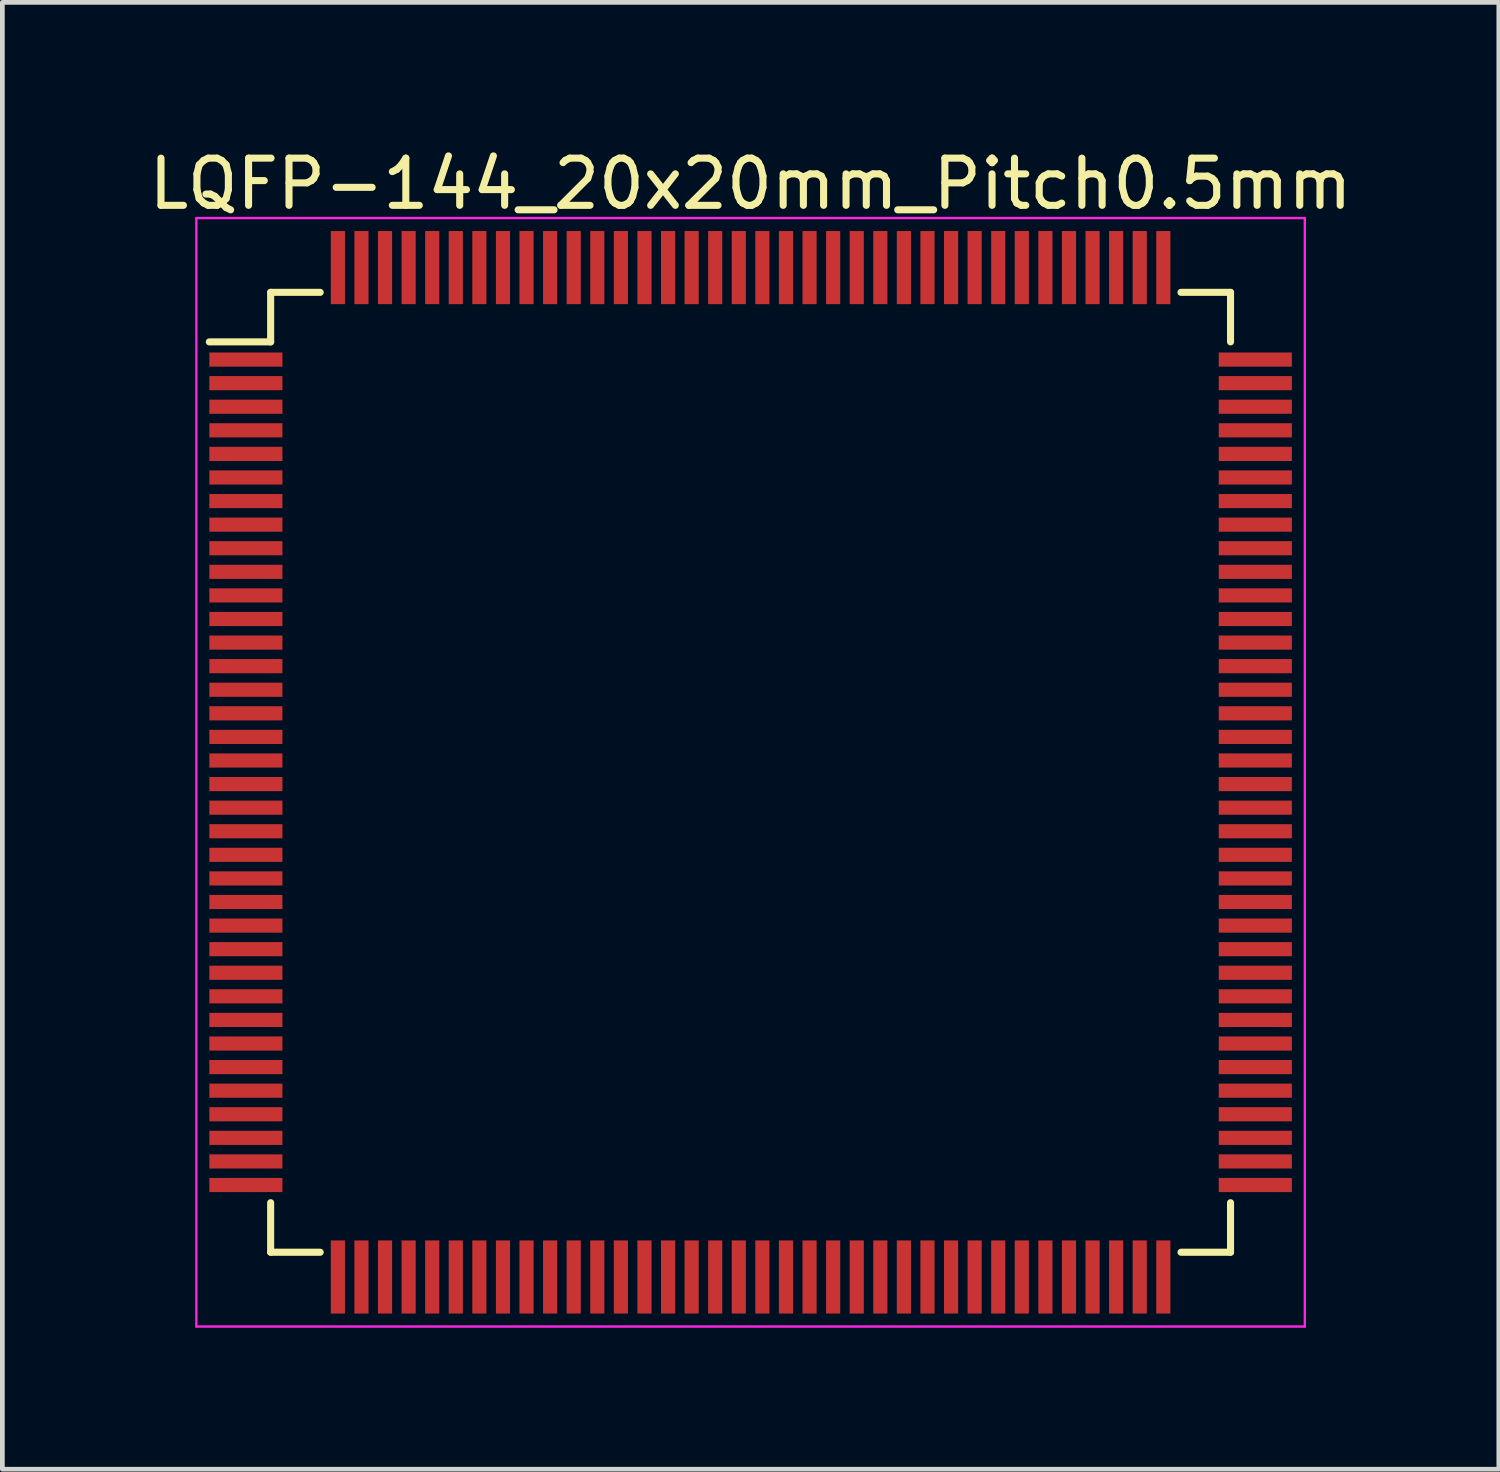
<source format=kicad_pcb>
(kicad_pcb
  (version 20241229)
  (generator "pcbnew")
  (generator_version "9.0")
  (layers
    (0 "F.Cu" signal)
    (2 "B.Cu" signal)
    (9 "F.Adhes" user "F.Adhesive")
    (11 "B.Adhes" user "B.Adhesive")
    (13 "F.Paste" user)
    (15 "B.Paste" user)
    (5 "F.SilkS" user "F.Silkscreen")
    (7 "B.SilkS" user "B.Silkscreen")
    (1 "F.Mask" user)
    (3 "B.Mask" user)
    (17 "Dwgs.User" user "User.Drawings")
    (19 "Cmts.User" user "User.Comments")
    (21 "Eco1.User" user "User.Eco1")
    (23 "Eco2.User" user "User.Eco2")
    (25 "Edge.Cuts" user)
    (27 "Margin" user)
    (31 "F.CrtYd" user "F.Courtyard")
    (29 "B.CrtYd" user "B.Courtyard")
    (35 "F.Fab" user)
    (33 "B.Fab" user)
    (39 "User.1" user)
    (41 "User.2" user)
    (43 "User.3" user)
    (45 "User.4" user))
  (footprint "LQFP-144_20x20mm_Pitch0.5mm"
    (layer "F.Cu")
    (at 12.863 13.323)
    (property "Reference" "LQFP-144_20x20mm_Pitch0.5mm" (at 0 -12.475 0) (layer "F.SilkS") (effects (font (size 1 1) (thickness 0.15))))
    (attr smd)
    (fp_line (start -10.175 -10.175) (end -10.175 -9.125) (stroke (width 0.15) (type solid)) (layer "F.SilkS"))
    (fp_line (start -10.175 -10.175) (end -9.125 -10.175) (stroke (width 0.15) (type solid)) (layer "F.SilkS"))
    (fp_line (start -10.175 -9.125) (end -11.475 -9.125) (stroke (width 0.15) (type solid)) (layer "F.SilkS"))
    (fp_line (start -10.175 10.175) (end -10.175 9.125) (stroke (width 0.15) (type solid)) (layer "F.SilkS"))
    (fp_line (start -10.175 10.175) (end -9.125 10.175) (stroke (width 0.15) (type solid)) (layer "F.SilkS"))
    (fp_line (start 10.175 -10.175) (end 9.125 -10.175) (stroke (width 0.15) (type solid)) (layer "F.SilkS"))
    (fp_line (start 10.175 -10.175) (end 10.175 -9.125) (stroke (width 0.15) (type solid)) (layer "F.SilkS"))
    (fp_line (start 10.175 10.175) (end 9.125 10.175) (stroke (width 0.15) (type solid)) (layer "F.SilkS"))
    (fp_line (start 10.175 10.175) (end 10.175 9.125) (stroke (width 0.15) (type solid)) (layer "F.SilkS"))
    (fp_line (start -11.75 -11.75) (end -11.75 11.75) (stroke (width 0.05) (type solid)) (layer "F.CrtYd"))
    (fp_line (start -11.75 -11.75) (end 11.75 -11.75) (stroke (width 0.05) (type solid)) (layer "F.CrtYd"))
    (fp_line (start -11.75 11.75) (end 11.75 11.75) (stroke (width 0.05) (type solid)) (layer "F.CrtYd"))
    (fp_line (start 11.75 -11.75) (end 11.75 11.75) (stroke (width 0.05) (type solid)) (layer "F.CrtYd"))
    (pad "1" smd rect (at -10.7 -8.75) (size 1.55 0.3) (layers "F.Cu" "F.Mask" "F.Paste"))
    (pad "2" smd rect (at -10.7 -8.25) (size 1.55 0.3) (layers "F.Cu" "F.Mask" "F.Paste"))
    (pad "3" smd rect (at -10.7 -7.75) (size 1.55 0.3) (layers "F.Cu" "F.Mask" "F.Paste"))
    (pad "4" smd rect (at -10.7 -7.25) (size 1.55 0.3) (layers "F.Cu" "F.Mask" "F.Paste"))
    (pad "5" smd rect (at -10.7 -6.75) (size 1.55 0.3) (layers "F.Cu" "F.Mask" "F.Paste"))
    (pad "6" smd rect (at -10.7 -6.25) (size 1.55 0.3) (layers "F.Cu" "F.Mask" "F.Paste"))
    (pad "7" smd rect (at -10.7 -5.75) (size 1.55 0.3) (layers "F.Cu" "F.Mask" "F.Paste"))
    (pad "8" smd rect (at -10.7 -5.25) (size 1.55 0.3) (layers "F.Cu" "F.Mask" "F.Paste"))
    (pad "9" smd rect (at -10.7 -4.75) (size 1.55 0.3) (layers "F.Cu" "F.Mask" "F.Paste"))
    (pad "10" smd rect (at -10.7 -4.25) (size 1.55 0.3) (layers "F.Cu" "F.Mask" "F.Paste"))
    (pad "11" smd rect (at -10.7 -3.75) (size 1.55 0.3) (layers "F.Cu" "F.Mask" "F.Paste"))
    (pad "12" smd rect (at -10.7 -3.25) (size 1.55 0.3) (layers "F.Cu" "F.Mask" "F.Paste"))
    (pad "13" smd rect (at -10.7 -2.75) (size 1.55 0.3) (layers "F.Cu" "F.Mask" "F.Paste"))
    (pad "14" smd rect (at -10.7 -2.25) (size 1.55 0.3) (layers "F.Cu" "F.Mask" "F.Paste"))
    (pad "15" smd rect (at -10.7 -1.75) (size 1.55 0.3) (layers "F.Cu" "F.Mask" "F.Paste"))
    (pad "16" smd rect (at -10.7 -1.25) (size 1.55 0.3) (layers "F.Cu" "F.Mask" "F.Paste"))
    (pad "17" smd rect (at -10.7 -0.75) (size 1.55 0.3) (layers "F.Cu" "F.Mask" "F.Paste"))
    (pad "18" smd rect (at -10.7 -0.25) (size 1.55 0.3) (layers "F.Cu" "F.Mask" "F.Paste"))
    (pad "19" smd rect (at -10.7 0.25) (size 1.55 0.3) (layers "F.Cu" "F.Mask" "F.Paste"))
    (pad "20" smd rect (at -10.7 0.75) (size 1.55 0.3) (layers "F.Cu" "F.Mask" "F.Paste"))
    (pad "21" smd rect (at -10.7 1.25) (size 1.55 0.3) (layers "F.Cu" "F.Mask" "F.Paste"))
    (pad "22" smd rect (at -10.7 1.75) (size 1.55 0.3) (layers "F.Cu" "F.Mask" "F.Paste"))
    (pad "23" smd rect (at -10.7 2.25) (size 1.55 0.3) (layers "F.Cu" "F.Mask" "F.Paste"))
    (pad "24" smd rect (at -10.7 2.75) (size 1.55 0.3) (layers "F.Cu" "F.Mask" "F.Paste"))
    (pad "25" smd rect (at -10.7 3.25) (size 1.55 0.3) (layers "F.Cu" "F.Mask" "F.Paste"))
    (pad "26" smd rect (at -10.7 3.75) (size 1.55 0.3) (layers "F.Cu" "F.Mask" "F.Paste"))
    (pad "27" smd rect (at -10.7 4.25) (size 1.55 0.3) (layers "F.Cu" "F.Mask" "F.Paste"))
    (pad "28" smd rect (at -10.7 4.75) (size 1.55 0.3) (layers "F.Cu" "F.Mask" "F.Paste"))
    (pad "29" smd rect (at -10.7 5.25) (size 1.55 0.3) (layers "F.Cu" "F.Mask" "F.Paste"))
    (pad "30" smd rect (at -10.7 5.75) (size 1.55 0.3) (layers "F.Cu" "F.Mask" "F.Paste"))
    (pad "31" smd rect (at -10.7 6.25) (size 1.55 0.3) (layers "F.Cu" "F.Mask" "F.Paste"))
    (pad "32" smd rect (at -10.7 6.75) (size 1.55 0.3) (layers "F.Cu" "F.Mask" "F.Paste"))
    (pad "33" smd rect (at -10.7 7.25) (size 1.55 0.3) (layers "F.Cu" "F.Mask" "F.Paste"))
    (pad "34" smd rect (at -10.7 7.75) (size 1.55 0.3) (layers "F.Cu" "F.Mask" "F.Paste"))
    (pad "35" smd rect (at -10.7 8.25) (size 1.55 0.3) (layers "F.Cu" "F.Mask" "F.Paste"))
    (pad "36" smd rect (at -10.7 8.75) (size 1.55 0.3) (layers "F.Cu" "F.Mask" "F.Paste"))
    (pad "37" smd rect (at -8.75 10.7 90) (size 1.55 0.3) (layers "F.Cu" "F.Mask" "F.Paste"))
    (pad "38" smd rect (at -8.25 10.7 90) (size 1.55 0.3) (layers "F.Cu" "F.Mask" "F.Paste"))
    (pad "39" smd rect (at -7.75 10.7 90) (size 1.55 0.3) (layers "F.Cu" "F.Mask" "F.Paste"))
    (pad "40" smd rect (at -7.25 10.7 90) (size 1.55 0.3) (layers "F.Cu" "F.Mask" "F.Paste"))
    (pad "41" smd rect (at -6.75 10.7 90) (size 1.55 0.3) (layers "F.Cu" "F.Mask" "F.Paste"))
    (pad "42" smd rect (at -6.25 10.7 90) (size 1.55 0.3) (layers "F.Cu" "F.Mask" "F.Paste"))
    (pad "43" smd rect (at -5.75 10.7 90) (size 1.55 0.3) (layers "F.Cu" "F.Mask" "F.Paste"))
    (pad "44" smd rect (at -5.25 10.7 90) (size 1.55 0.3) (layers "F.Cu" "F.Mask" "F.Paste"))
    (pad "45" smd rect (at -4.75 10.7 90) (size 1.55 0.3) (layers "F.Cu" "F.Mask" "F.Paste"))
    (pad "46" smd rect (at -4.25 10.7 90) (size 1.55 0.3) (layers "F.Cu" "F.Mask" "F.Paste"))
    (pad "47" smd rect (at -3.75 10.7 90) (size 1.55 0.3) (layers "F.Cu" "F.Mask" "F.Paste"))
    (pad "48" smd rect (at -3.25 10.7 90) (size 1.55 0.3) (layers "F.Cu" "F.Mask" "F.Paste"))
    (pad "49" smd rect (at -2.75 10.7 90) (size 1.55 0.3) (layers "F.Cu" "F.Mask" "F.Paste"))
    (pad "50" smd rect (at -2.25 10.7 90) (size 1.55 0.3) (layers "F.Cu" "F.Mask" "F.Paste"))
    (pad "51" smd rect (at -1.75 10.7 90) (size 1.55 0.3) (layers "F.Cu" "F.Mask" "F.Paste"))
    (pad "52" smd rect (at -1.25 10.7 90) (size 1.55 0.3) (layers "F.Cu" "F.Mask" "F.Paste"))
    (pad "53" smd rect (at -0.75 10.7 90) (size 1.55 0.3) (layers "F.Cu" "F.Mask" "F.Paste"))
    (pad "54" smd rect (at -0.25 10.7 90) (size 1.55 0.3) (layers "F.Cu" "F.Mask" "F.Paste"))
    (pad "55" smd rect (at 0.25 10.7 90) (size 1.55 0.3) (layers "F.Cu" "F.Mask" "F.Paste"))
    (pad "56" smd rect (at 0.75 10.7 90) (size 1.55 0.3) (layers "F.Cu" "F.Mask" "F.Paste"))
    (pad "57" smd rect (at 1.25 10.7 90) (size 1.55 0.3) (layers "F.Cu" "F.Mask" "F.Paste"))
    (pad "58" smd rect (at 1.75 10.7 90) (size 1.55 0.3) (layers "F.Cu" "F.Mask" "F.Paste"))
    (pad "59" smd rect (at 2.25 10.7 90) (size 1.55 0.3) (layers "F.Cu" "F.Mask" "F.Paste"))
    (pad "60" smd rect (at 2.75 10.7 90) (size 1.55 0.3) (layers "F.Cu" "F.Mask" "F.Paste"))
    (pad "61" smd rect (at 3.25 10.7 90) (size 1.55 0.3) (layers "F.Cu" "F.Mask" "F.Paste"))
    (pad "62" smd rect (at 3.75 10.7 90) (size 1.55 0.3) (layers "F.Cu" "F.Mask" "F.Paste"))
    (pad "63" smd rect (at 4.25 10.7 90) (size 1.55 0.3) (layers "F.Cu" "F.Mask" "F.Paste"))
    (pad "64" smd rect (at 4.75 10.7 90) (size 1.55 0.3) (layers "F.Cu" "F.Mask" "F.Paste"))
    (pad "65" smd rect (at 5.25 10.7 90) (size 1.55 0.3) (layers "F.Cu" "F.Mask" "F.Paste"))
    (pad "66" smd rect (at 5.75 10.7 90) (size 1.55 0.3) (layers "F.Cu" "F.Mask" "F.Paste"))
    (pad "67" smd rect (at 6.25 10.7 90) (size 1.55 0.3) (layers "F.Cu" "F.Mask" "F.Paste"))
    (pad "68" smd rect (at 6.75 10.7 90) (size 1.55 0.3) (layers "F.Cu" "F.Mask" "F.Paste"))
    (pad "69" smd rect (at 7.25 10.7 90) (size 1.55 0.3) (layers "F.Cu" "F.Mask" "F.Paste"))
    (pad "70" smd rect (at 7.75 10.7 90) (size 1.55 0.3) (layers "F.Cu" "F.Mask" "F.Paste"))
    (pad "71" smd rect (at 8.25 10.7 90) (size 1.55 0.3) (layers "F.Cu" "F.Mask" "F.Paste"))
    (pad "72" smd rect (at 8.75 10.7 90) (size 1.55 0.3) (layers "F.Cu" "F.Mask" "F.Paste"))
    (pad "73" smd rect (at 10.7 8.75) (size 1.55 0.3) (layers "F.Cu" "F.Mask" "F.Paste"))
    (pad "74" smd rect (at 10.7 8.25) (size 1.55 0.3) (layers "F.Cu" "F.Mask" "F.Paste"))
    (pad "75" smd rect (at 10.7 7.75) (size 1.55 0.3) (layers "F.Cu" "F.Mask" "F.Paste"))
    (pad "76" smd rect (at 10.7 7.25) (size 1.55 0.3) (layers "F.Cu" "F.Mask" "F.Paste"))
    (pad "77" smd rect (at 10.7 6.75) (size 1.55 0.3) (layers "F.Cu" "F.Mask" "F.Paste"))
    (pad "78" smd rect (at 10.7 6.25) (size 1.55 0.3) (layers "F.Cu" "F.Mask" "F.Paste"))
    (pad "79" smd rect (at 10.7 5.75) (size 1.55 0.3) (layers "F.Cu" "F.Mask" "F.Paste"))
    (pad "80" smd rect (at 10.7 5.25) (size 1.55 0.3) (layers "F.Cu" "F.Mask" "F.Paste"))
    (pad "81" smd rect (at 10.7 4.75) (size 1.55 0.3) (layers "F.Cu" "F.Mask" "F.Paste"))
    (pad "82" smd rect (at 10.7 4.25) (size 1.55 0.3) (layers "F.Cu" "F.Mask" "F.Paste"))
    (pad "83" smd rect (at 10.7 3.75) (size 1.55 0.3) (layers "F.Cu" "F.Mask" "F.Paste"))
    (pad "84" smd rect (at 10.7 3.25) (size 1.55 0.3) (layers "F.Cu" "F.Mask" "F.Paste"))
    (pad "85" smd rect (at 10.7 2.75) (size 1.55 0.3) (layers "F.Cu" "F.Mask" "F.Paste"))
    (pad "86" smd rect (at 10.7 2.25) (size 1.55 0.3) (layers "F.Cu" "F.Mask" "F.Paste"))
    (pad "87" smd rect (at 10.7 1.75) (size 1.55 0.3) (layers "F.Cu" "F.Mask" "F.Paste"))
    (pad "88" smd rect (at 10.7 1.25) (size 1.55 0.3) (layers "F.Cu" "F.Mask" "F.Paste"))
    (pad "89" smd rect (at 10.7 0.75) (size 1.55 0.3) (layers "F.Cu" "F.Mask" "F.Paste"))
    (pad "90" smd rect (at 10.7 0.25) (size 1.55 0.3) (layers "F.Cu" "F.Mask" "F.Paste"))
    (pad "91" smd rect (at 10.7 -0.25) (size 1.55 0.3) (layers "F.Cu" "F.Mask" "F.Paste"))
    (pad "92" smd rect (at 10.7 -0.75) (size 1.55 0.3) (layers "F.Cu" "F.Mask" "F.Paste"))
    (pad "93" smd rect (at 10.7 -1.25) (size 1.55 0.3) (layers "F.Cu" "F.Mask" "F.Paste"))
    (pad "94" smd rect (at 10.7 -1.75) (size 1.55 0.3) (layers "F.Cu" "F.Mask" "F.Paste"))
    (pad "95" smd rect (at 10.7 -2.25) (size 1.55 0.3) (layers "F.Cu" "F.Mask" "F.Paste"))
    (pad "96" smd rect (at 10.7 -2.75) (size 1.55 0.3) (layers "F.Cu" "F.Mask" "F.Paste"))
    (pad "97" smd rect (at 10.7 -3.25) (size 1.55 0.3) (layers "F.Cu" "F.Mask" "F.Paste"))
    (pad "98" smd rect (at 10.7 -3.75) (size 1.55 0.3) (layers "F.Cu" "F.Mask" "F.Paste"))
    (pad "99" smd rect (at 10.7 -4.25) (size 1.55 0.3) (layers "F.Cu" "F.Mask" "F.Paste"))
    (pad "100" smd rect (at 10.7 -4.75) (size 1.55 0.3) (layers "F.Cu" "F.Mask" "F.Paste"))
    (pad "101" smd rect (at 10.7 -5.25) (size 1.55 0.3) (layers "F.Cu" "F.Mask" "F.Paste"))
    (pad "102" smd rect (at 10.7 -5.75) (size 1.55 0.3) (layers "F.Cu" "F.Mask" "F.Paste"))
    (pad "103" smd rect (at 10.7 -6.25) (size 1.55 0.3) (layers "F.Cu" "F.Mask" "F.Paste"))
    (pad "104" smd rect (at 10.7 -6.75) (size 1.55 0.3) (layers "F.Cu" "F.Mask" "F.Paste"))
    (pad "105" smd rect (at 10.7 -7.25) (size 1.55 0.3) (layers "F.Cu" "F.Mask" "F.Paste"))
    (pad "106" smd rect (at 10.7 -7.75) (size 1.55 0.3) (layers "F.Cu" "F.Mask" "F.Paste"))
    (pad "107" smd rect (at 10.7 -8.25) (size 1.55 0.3) (layers "F.Cu" "F.Mask" "F.Paste"))
    (pad "108" smd rect (at 10.7 -8.75) (size 1.55 0.3) (layers "F.Cu" "F.Mask" "F.Paste"))
    (pad "109" smd rect (at 8.75 -10.7 90) (size 1.55 0.3) (layers "F.Cu" "F.Mask" "F.Paste"))
    (pad "110" smd rect (at 8.25 -10.7 90) (size 1.55 0.3) (layers "F.Cu" "F.Mask" "F.Paste"))
    (pad "111" smd rect (at 7.75 -10.7 90) (size 1.55 0.3) (layers "F.Cu" "F.Mask" "F.Paste"))
    (pad "112" smd rect (at 7.25 -10.7 90) (size 1.55 0.3) (layers "F.Cu" "F.Mask" "F.Paste"))
    (pad "113" smd rect (at 6.75 -10.7 90) (size 1.55 0.3) (layers "F.Cu" "F.Mask" "F.Paste"))
    (pad "114" smd rect (at 6.25 -10.7 90) (size 1.55 0.3) (layers "F.Cu" "F.Mask" "F.Paste"))
    (pad "115" smd rect (at 5.75 -10.7 90) (size 1.55 0.3) (layers "F.Cu" "F.Mask" "F.Paste"))
    (pad "116" smd rect (at 5.25 -10.7 90) (size 1.55 0.3) (layers "F.Cu" "F.Mask" "F.Paste"))
    (pad "117" smd rect (at 4.75 -10.7 90) (size 1.55 0.3) (layers "F.Cu" "F.Mask" "F.Paste"))
    (pad "118" smd rect (at 4.25 -10.7 90) (size 1.55 0.3) (layers "F.Cu" "F.Mask" "F.Paste"))
    (pad "119" smd rect (at 3.75 -10.7 90) (size 1.55 0.3) (layers "F.Cu" "F.Mask" "F.Paste"))
    (pad "120" smd rect (at 3.25 -10.7 90) (size 1.55 0.3) (layers "F.Cu" "F.Mask" "F.Paste"))
    (pad "121" smd rect (at 2.75 -10.7 90) (size 1.55 0.3) (layers "F.Cu" "F.Mask" "F.Paste"))
    (pad "122" smd rect (at 2.25 -10.7 90) (size 1.55 0.3) (layers "F.Cu" "F.Mask" "F.Paste"))
    (pad "123" smd rect (at 1.75 -10.7 90) (size 1.55 0.3) (layers "F.Cu" "F.Mask" "F.Paste"))
    (pad "124" smd rect (at 1.25 -10.7 90) (size 1.55 0.3) (layers "F.Cu" "F.Mask" "F.Paste"))
    (pad "125" smd rect (at 0.75 -10.7 90) (size 1.55 0.3) (layers "F.Cu" "F.Mask" "F.Paste"))
    (pad "126" smd rect (at 0.25 -10.7 90) (size 1.55 0.3) (layers "F.Cu" "F.Mask" "F.Paste"))
    (pad "127" smd rect (at -0.25 -10.7 90) (size 1.55 0.3) (layers "F.Cu" "F.Mask" "F.Paste"))
    (pad "128" smd rect (at -0.75 -10.7 90) (size 1.55 0.3) (layers "F.Cu" "F.Mask" "F.Paste"))
    (pad "129" smd rect (at -1.25 -10.7 90) (size 1.55 0.3) (layers "F.Cu" "F.Mask" "F.Paste"))
    (pad "130" smd rect (at -1.75 -10.7 90) (size 1.55 0.3) (layers "F.Cu" "F.Mask" "F.Paste"))
    (pad "131" smd rect (at -2.25 -10.7 90) (size 1.55 0.3) (layers "F.Cu" "F.Mask" "F.Paste"))
    (pad "132" smd rect (at -2.75 -10.7 90) (size 1.55 0.3) (layers "F.Cu" "F.Mask" "F.Paste"))
    (pad "133" smd rect (at -3.25 -10.7 90) (size 1.55 0.3) (layers "F.Cu" "F.Mask" "F.Paste"))
    (pad "134" smd rect (at -3.75 -10.7 90) (size 1.55 0.3) (layers "F.Cu" "F.Mask" "F.Paste"))
    (pad "135" smd rect (at -4.25 -10.7 90) (size 1.55 0.3) (layers "F.Cu" "F.Mask" "F.Paste"))
    (pad "136" smd rect (at -4.75 -10.7 90) (size 1.55 0.3) (layers "F.Cu" "F.Mask" "F.Paste"))
    (pad "137" smd rect (at -5.25 -10.7 90) (size 1.55 0.3) (layers "F.Cu" "F.Mask" "F.Paste"))
    (pad "138" smd rect (at -5.75 -10.7 90) (size 1.55 0.3) (layers "F.Cu" "F.Mask" "F.Paste"))
    (pad "139" smd rect (at -6.25 -10.7 90) (size 1.55 0.3) (layers "F.Cu" "F.Mask" "F.Paste"))
    (pad "140" smd rect (at -6.75 -10.7 90) (size 1.55 0.3) (layers "F.Cu" "F.Mask" "F.Paste"))
    (pad "141" smd rect (at -7.25 -10.7 90) (size 1.55 0.3) (layers "F.Cu" "F.Mask" "F.Paste"))
    (pad "142" smd rect (at -7.75 -10.7 90) (size 1.55 0.3) (layers "F.Cu" "F.Mask" "F.Paste"))
    (pad "143" smd rect (at -8.25 -10.7 90) (size 1.55 0.3) (layers "F.Cu" "F.Mask" "F.Paste"))
    (pad "144" smd rect (at -8.75 -10.7 90) (size 1.55 0.3) (layers "F.Cu" "F.Mask" "F.Paste")))
  (gr_rect
    (start -3 -3)
    (end 28.726 28.098)
    (stroke (width 0.1) (type default))
    (fill no)
    (layer "Edge.Cuts")))
</source>
